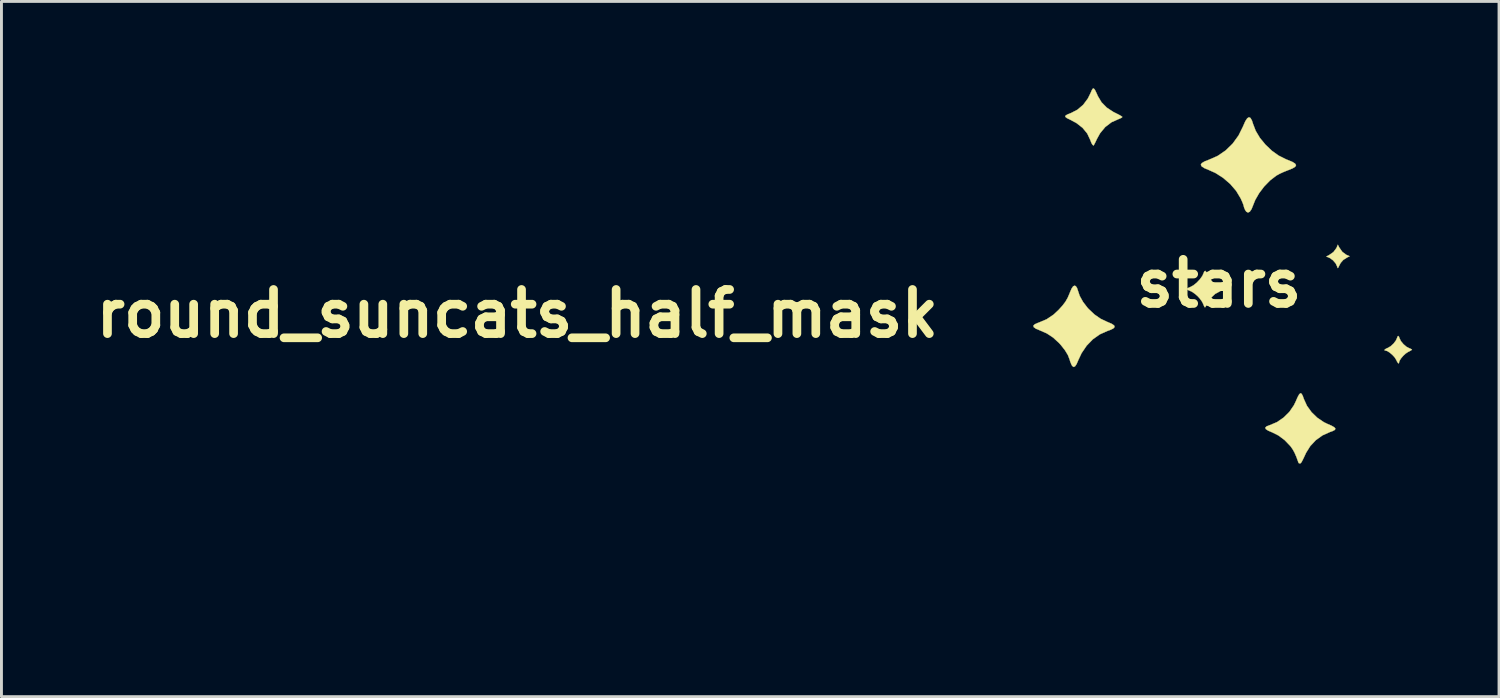
<source format=kicad_pcb>
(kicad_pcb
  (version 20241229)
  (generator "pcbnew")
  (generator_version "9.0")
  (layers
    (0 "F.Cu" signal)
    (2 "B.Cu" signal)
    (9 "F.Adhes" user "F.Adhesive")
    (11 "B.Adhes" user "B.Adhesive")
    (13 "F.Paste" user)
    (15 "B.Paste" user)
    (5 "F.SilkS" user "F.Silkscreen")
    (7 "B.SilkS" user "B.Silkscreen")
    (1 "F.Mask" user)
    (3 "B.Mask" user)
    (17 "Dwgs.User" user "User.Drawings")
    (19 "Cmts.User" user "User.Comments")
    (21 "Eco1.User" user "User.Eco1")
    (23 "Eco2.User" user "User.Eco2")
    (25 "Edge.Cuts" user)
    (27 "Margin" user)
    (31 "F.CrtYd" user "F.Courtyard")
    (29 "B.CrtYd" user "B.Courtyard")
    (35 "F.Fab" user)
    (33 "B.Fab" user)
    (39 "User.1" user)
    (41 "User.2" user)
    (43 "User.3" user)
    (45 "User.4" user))
  (footprint "stars"
    (layer "F.Cu")
    (at 39.035 6.738)
    (property "Reference" "stars" (at 0 0 0) (layer "F.SilkS") (effects (font (size 1.524 1.524) (thickness 0.3))))
    (attr through_hole)
    (fp_poly (pts (xy 4.152 -1.25) (xy 4.26 -1.094) (xy 4.395 -0.993) (xy 4.42 -0.982) (xy 4.515 -0.942) (xy 4.425 -0.896) (xy 4.294 -0.813) (xy 4.205 -0.711) (xy 4.159 -0.625) (xy 4.124 -0.551) (xy 4.104 -0.53) (xy 4.091 -0.556) (xy 4.084 -0.583) (xy 4.031 -0.694) (xy 3.939 -0.801) (xy 3.831 -0.879) (xy 3.807 -0.89) (xy 3.708 -0.931) (xy 3.799 -0.978) (xy 3.954 -1.085) (xy 4.055 -1.22) (xy 4.067 -1.245) (xy 4.106 -1.34) (xy 4.152 -1.25)) (stroke (width 0.01) (type solid)) (fill yes) (layer "F.SilkS"))
    (fp_poly (pts (xy -0.438 -0.4) (xy -0.414 -0.338) (xy -0.338 -0.192) (xy -0.216 -0.052) (xy -0.063 0.066) (xy 0.024 0.113) (xy 0.204 0.199) (xy 0.065 0.254) (xy -0.13 0.36) (xy -0.287 0.508) (xy -0.388 0.668) (xy -0.431 0.755) (xy -0.467 0.812) (xy -0.482 0.826) (xy -0.504 0.798) (xy -0.534 0.731) (xy -0.542 0.708) (xy -0.585 0.623) (xy -0.659 0.521) (xy -0.729 0.443) (xy -0.826 0.358) (xy -0.927 0.288) (xy -0.994 0.256) (xy -1.069 0.225) (xy -1.109 0.196) (xy -1.111 0.191) (xy -1.084 0.164) (xy -1.017 0.133) (xy -0.994 0.125) (xy -0.885 0.067) (xy -0.766 -0.028) (xy -0.656 -0.144) (xy -0.572 -0.262) (xy -0.542 -0.327) (xy -0.505 -0.414) (xy -0.472 -0.438) (xy -0.438 -0.4)) (stroke (width 0.01) (type solid)) (fill yes) (layer "F.SilkS"))
    (fp_poly (pts (xy 6.217 1.837) (xy 6.236 1.889) (xy 6.285 1.99) (xy 6.372 2.095) (xy 6.476 2.184) (xy 6.559 2.228) (xy 6.629 2.258) (xy 6.666 2.281) (xy 6.667 2.284) (xy 6.64 2.307) (xy 6.574 2.344) (xy 6.537 2.361) (xy 6.45 2.418) (xy 6.36 2.501) (xy 6.283 2.593) (xy 6.233 2.677) (xy 6.223 2.719) (xy 6.212 2.76) (xy 6.184 2.747) (xy 6.145 2.685) (xy 6.123 2.638) (xy 6.071 2.554) (xy 5.99 2.465) (xy 5.897 2.386) (xy 5.81 2.332) (xy 5.758 2.318) (xy 5.717 2.307) (xy 5.727 2.279) (xy 5.783 2.244) (xy 5.824 2.228) (xy 5.928 2.168) (xy 6.031 2.074) (xy 6.111 1.968) (xy 6.147 1.889) (xy 6.17 1.829) (xy 6.191 1.81) (xy 6.217 1.837)) (stroke (width 0.01) (type solid)) (fill yes) (layer "F.SilkS"))
    (fp_poly (pts (xy -4.281 -6.687) (xy -4.231 -6.586) (xy -4.18 -6.471) (xy -4.053 -6.257) (xy -3.872 -6.073) (xy -3.642 -5.921) (xy -3.57 -5.886) (xy -3.461 -5.832) (xy -3.378 -5.785) (xy -3.336 -5.754) (xy -3.334 -5.748) (xy -3.361 -5.721) (xy -3.429 -5.69) (xy -3.453 -5.681) (xy -3.708 -5.567) (xy -3.924 -5.403) (xy -4.102 -5.188) (xy -4.21 -4.993) (xy -4.261 -4.885) (xy -4.302 -4.805) (xy -4.326 -4.765) (xy -4.329 -4.763) (xy -4.357 -4.784) (xy -4.373 -4.802) (xy -4.404 -4.858) (xy -4.437 -4.942) (xy -4.442 -4.957) (xy -4.546 -5.178) (xy -4.707 -5.374) (xy -4.921 -5.541) (xy -5.133 -5.654) (xy -5.247 -5.71) (xy -5.303 -5.754) (xy -5.3 -5.792) (xy -5.237 -5.833) (xy -5.114 -5.883) (xy -5.106 -5.886) (xy -4.882 -6.002) (xy -4.686 -6.17) (xy -4.525 -6.386) (xy -4.429 -6.58) (xy -4.387 -6.677) (xy -4.353 -6.729) (xy -4.32 -6.733) (xy -4.281 -6.687)) (stroke (width 0.01) (type solid)) (fill yes) (layer "F.SilkS"))
    (fp_poly (pts (xy 2.855 3.806) (xy 2.895 3.879) (xy 2.934 3.989) (xy 3.041 4.224) (xy 3.2 4.444) (xy 3.398 4.636) (xy 3.623 4.788) (xy 3.743 4.846) (xy 3.896 4.913) (xy 3.989 4.968) (xy 4.024 5.014) (xy 4.002 5.056) (xy 3.924 5.097) (xy 3.833 5.129) (xy 3.579 5.243) (xy 3.348 5.408) (xy 3.154 5.615) (xy 3.007 5.851) (xy 3 5.868) (xy 2.933 6.012) (xy 2.886 6.108) (xy 2.854 6.167) (xy 2.83 6.198) (xy 2.809 6.213) (xy 2.802 6.215) (xy 2.758 6.203) (xy 2.747 6.186) (xy 2.677 5.993) (xy 2.614 5.847) (xy 2.551 5.732) (xy 2.482 5.632) (xy 2.463 5.609) (xy 2.27 5.408) (xy 2.054 5.247) (xy 1.842 5.141) (xy 1.699 5.08) (xy 1.619 5.026) (xy 1.601 4.979) (xy 1.643 4.935) (xy 1.746 4.894) (xy 1.756 4.891) (xy 2.004 4.787) (xy 2.233 4.63) (xy 2.433 4.432) (xy 2.59 4.203) (xy 2.651 4.077) (xy 2.719 3.922) (xy 2.772 3.826) (xy 2.816 3.788) (xy 2.855 3.806)) (stroke (width 0.01) (type solid)) (fill yes) (layer "F.SilkS"))
    (fp_poly (pts (xy -4.939 0.094) (xy -4.9 0.15) (xy -4.872 0.232) (xy -4.806 0.428) (xy -4.692 0.634) (xy -4.54 0.833) (xy -4.504 0.873) (xy -4.296 1.07) (xy -4.084 1.217) (xy -3.85 1.328) (xy -3.837 1.333) (xy -3.695 1.394) (xy -3.616 1.45) (xy -3.6 1.502) (xy -3.647 1.554) (xy -3.758 1.607) (xy -3.842 1.636) (xy -4.109 1.755) (xy -4.353 1.927) (xy -4.566 2.147) (xy -4.741 2.405) (xy -4.851 2.638) (xy -4.912 2.78) (xy -4.967 2.861) (xy -5.017 2.883) (xy -5.065 2.846) (xy -5.09 2.804) (xy -5.131 2.704) (xy -5.157 2.619) (xy -5.214 2.471) (xy -5.317 2.302) (xy -5.457 2.124) (xy -5.519 2.056) (xy -5.726 1.866) (xy -5.943 1.723) (xy -6.181 1.619) (xy -6.319 1.561) (xy -6.394 1.507) (xy -6.406 1.456) (xy -6.356 1.407) (xy -6.243 1.357) (xy -6.215 1.348) (xy -5.948 1.235) (xy -5.711 1.076) (xy -5.537 0.914) (xy -5.399 0.761) (xy -5.298 0.627) (xy -5.22 0.491) (xy -5.152 0.332) (xy -5.145 0.312) (xy -5.086 0.175) (xy -5.032 0.097) (xy -4.98 0.074) (xy -4.939 0.094)) (stroke (width 0.01) (type solid)) (fill yes) (layer "F.SilkS"))
    (fp_poly (pts (xy 1.091 -5.715) (xy 1.141 -5.627) (xy 1.179 -5.51) (xy 1.271 -5.27) (xy 1.417 -5.026) (xy 1.606 -4.796) (xy 1.833 -4.58) (xy 2.063 -4.416) (xy 2.31 -4.292) (xy 2.372 -4.267) (xy 2.532 -4.201) (xy 2.629 -4.141) (xy 2.664 -4.086) (xy 2.636 -4.032) (xy 2.546 -3.975) (xy 2.393 -3.913) (xy 2.377 -3.907) (xy 2.236 -3.851) (xy 2.094 -3.786) (xy 1.983 -3.724) (xy 1.981 -3.722) (xy 1.767 -3.558) (xy 1.566 -3.352) (xy 1.391 -3.121) (xy 1.254 -2.883) (xy 1.188 -2.718) (xy 1.128 -2.569) (xy 1.067 -2.479) (xy 1.005 -2.449) (xy 0.946 -2.479) (xy 0.906 -2.538) (xy 0.872 -2.616) (xy 0.857 -2.673) (xy 0.857 -2.674) (xy 0.844 -2.721) (xy 0.81 -2.808) (xy 0.76 -2.918) (xy 0.749 -2.943) (xy 0.595 -3.198) (xy 0.39 -3.436) (xy 0.147 -3.646) (xy -0.121 -3.817) (xy -0.35 -3.919) (xy -0.505 -3.984) (xy -0.596 -4.044) (xy -0.624 -4.102) (xy -0.589 -4.159) (xy -0.491 -4.216) (xy -0.354 -4.269) (xy -0.046 -4.404) (xy 0.232 -4.593) (xy 0.475 -4.83) (xy 0.678 -5.11) (xy 0.836 -5.429) (xy 0.84 -5.44) (xy 0.912 -5.603) (xy 0.978 -5.703) (xy 1.037 -5.74) (xy 1.091 -5.715)) (stroke (width 0.01) (type solid)) (fill yes) (layer "F.SilkS")))
  (footprint "round_suncats_half_mask"
    (layer "F.Cu")
    (at 14.812 7.779)
    (property "Reference" "round_suncats_half_mask" (at 0 0 0) (layer "F.SilkS") (effects (font (size 1.524 1.524) (thickness 0.3))))
    (attr through_hole)
    (fp_poly (pts (xy 6.689 7.032) (xy 6.701 7.052) (xy 6.752 7.11) (xy 6.819 7.158) (xy 6.869 7.191) (xy 6.86 7.205) (xy 6.852 7.206) (xy 6.8 7.23) (xy 6.736 7.289) (xy 6.721 7.307) (xy 6.67 7.368) (xy 6.644 7.384) (xy 6.627 7.357) (xy 6.621 7.339) (xy 6.577 7.271) (xy 6.527 7.231) (xy 6.454 7.191) (xy 6.562 7.092) (xy 6.628 7.033) (xy 6.666 7.015) (xy 6.689 7.032)) (stroke (width 0.01) (type solid)) (fill yes) (layer "F.Mask"))
    (fp_poly (pts (xy -2.357 6.915) (xy -2.317 6.975) (xy -2.311 6.986) (xy -2.247 7.065) (xy -2.159 7.138) (xy -2.144 7.148) (xy -2.03 7.214) (xy -2.134 7.266) (xy -2.224 7.331) (xy -2.299 7.416) (xy -2.302 7.42) (xy -2.347 7.486) (xy -2.378 7.522) (xy -2.381 7.523) (xy -2.406 7.499) (xy -2.445 7.439) (xy -2.452 7.428) (xy -2.52 7.343) (xy -2.602 7.278) (xy -2.666 7.237) (xy -2.698 7.209) (xy -2.698 7.207) (xy -2.674 7.183) (xy -2.613 7.143) (xy -2.602 7.137) (xy -2.517 7.068) (xy -2.452 6.986) (xy -2.411 6.922) (xy -2.383 6.891) (xy -2.381 6.89) (xy -2.357 6.915)) (stroke (width 0.01) (type solid)) (fill yes) (layer "F.Mask"))
    (fp_poly (pts (xy 0.982 8.026) (xy 0.984 8.043) (xy 1.008 8.096) (xy 1.063 8.158) (xy 1.127 8.208) (xy 1.169 8.223) (xy 1.204 8.244) (xy 1.206 8.255) (xy 1.181 8.284) (xy 1.164 8.287) (xy 1.112 8.31) (xy 1.049 8.365) (xy 1 8.429) (xy 0.984 8.471) (xy 0.963 8.507) (xy 0.953 8.509) (xy 0.923 8.484) (xy 0.921 8.467) (xy 0.897 8.414) (xy 0.842 8.352) (xy 0.778 8.302) (xy 0.736 8.287) (xy 0.701 8.266) (xy 0.699 8.255) (xy 0.724 8.226) (xy 0.741 8.223) (xy 0.793 8.2) (xy 0.856 8.145) (xy 0.905 8.081) (xy 0.921 8.039) (xy 0.942 8.003) (xy 0.953 8.001) (xy 0.982 8.026)) (stroke (width 0.01) (type solid)) (fill yes) (layer "F.Mask"))
    (fp_poly (pts (xy 4.54 8.31) (xy 4.57 8.362) (xy 4.595 8.417) (xy 4.674 8.548) (xy 4.78 8.66) (xy 4.895 8.735) (xy 4.94 8.751) (xy 5.004 8.778) (xy 5.005 8.813) (xy 4.944 8.855) (xy 4.913 8.869) (xy 4.82 8.922) (xy 4.728 8.995) (xy 4.718 9.005) (xy 4.645 9.093) (xy 4.588 9.189) (xy 4.583 9.2) (xy 4.54 9.279) (xy 4.502 9.296) (xy 4.467 9.249) (xy 4.447 9.197) (xy 4.371 9.062) (xy 4.239 8.941) (xy 4.113 8.866) (xy 3.988 8.803) (xy 4.126 8.732) (xy 4.224 8.671) (xy 4.319 8.594) (xy 4.396 8.516) (xy 4.44 8.45) (xy 4.445 8.429) (xy 4.462 8.378) (xy 4.489 8.335) (xy 4.517 8.304) (xy 4.54 8.31)) (stroke (width 0.01) (type solid)) (fill yes) (layer "F.Mask"))
    (fp_poly (pts (xy -4.591 7.189) (xy -4.559 7.268) (xy -4.505 7.38) (xy -4.409 7.503) (xy -4.289 7.62) (xy -4.161 7.715) (xy -4.095 7.751) (xy -4.007 7.796) (xy -3.95 7.838) (xy -3.937 7.858) (xy -3.964 7.888) (xy -4.034 7.931) (xy -4.112 7.967) (xy -4.297 8.076) (xy -4.449 8.234) (xy -4.557 8.427) (xy -4.56 8.434) (xy -4.596 8.516) (xy -4.629 8.566) (xy -4.641 8.572) (xy -4.669 8.546) (xy -4.708 8.477) (xy -4.734 8.422) (xy -4.849 8.228) (xy -5.011 8.065) (xy -5.199 7.95) (xy -5.289 7.905) (xy -5.35 7.867) (xy -5.366 7.848) (xy -5.339 7.823) (xy -5.269 7.785) (xy -5.193 7.75) (xy -5.005 7.64) (xy -4.847 7.481) (xy -4.731 7.287) (xy -4.729 7.281) (xy -4.677 7.187) (xy -4.631 7.156) (xy -4.591 7.189)) (stroke (width 0.01) (type solid)) (fill yes) (layer "F.Mask"))
    (fp_poly (pts (xy -0.705 9.012) (xy -0.673 9.08) (xy -0.665 9.101) (xy -0.596 9.235) (xy -0.486 9.368) (xy -0.354 9.479) (xy -0.262 9.532) (xy -0.182 9.572) (xy -0.134 9.606) (xy -0.127 9.616) (xy -0.153 9.642) (xy -0.222 9.681) (xy -0.285 9.712) (xy -0.444 9.812) (xy -0.575 9.947) (xy -0.662 10.101) (xy -0.669 10.119) (xy -0.71 10.199) (xy -0.754 10.219) (xy -0.793 10.179) (xy -0.81 10.125) (xy -0.858 10.017) (xy -0.947 9.902) (xy -1.06 9.796) (xy -1.181 9.717) (xy -1.197 9.71) (xy -1.281 9.668) (xy -1.338 9.632) (xy -1.349 9.621) (xy -1.333 9.593) (xy -1.272 9.553) (xy -1.215 9.525) (xy -1.042 9.427) (xy -0.917 9.301) (xy -0.827 9.14) (xy -0.785 9.054) (xy -0.748 8.997) (xy -0.732 8.985) (xy -0.705 9.012)) (stroke (width 0.01) (type solid)) (fill yes) (layer "F.Mask"))
    (fp_poly (pts (xy 3.45 6.694) (xy 3.487 6.765) (xy 3.525 6.85) (xy 3.618 7.018) (xy 3.747 7.176) (xy 3.896 7.306) (xy 4.016 7.376) (xy 4.149 7.439) (xy 4.222 7.489) (xy 4.238 7.531) (xy 4.197 7.571) (xy 4.101 7.615) (xy 4.075 7.625) (xy 3.869 7.735) (xy 3.693 7.899) (xy 3.551 8.114) (xy 3.545 8.126) (xy 3.49 8.228) (xy 3.442 8.304) (xy 3.411 8.34) (xy 3.41 8.341) (xy 3.382 8.32) (xy 3.341 8.255) (xy 3.307 8.18) (xy 3.186 7.96) (xy 3.022 7.785) (xy 2.809 7.649) (xy 2.807 7.648) (xy 2.704 7.595) (xy 2.626 7.551) (xy 2.588 7.525) (xy 2.587 7.523) (xy 2.596 7.485) (xy 2.664 7.441) (xy 2.778 7.397) (xy 2.887 7.34) (xy 3.011 7.245) (xy 3.131 7.127) (xy 3.231 7.003) (xy 3.295 6.89) (xy 3.301 6.873) (xy 3.35 6.75) (xy 3.398 6.681) (xy 3.427 6.668) (xy 3.45 6.694)) (stroke (width 0.01) (type solid)) (fill yes) (layer "F.Mask"))
    (fp_poly (pts (xy -4.734 -7.767) (xy -4.648 -7.749) (xy -4.489 -7.7) (xy -4.288 -7.615) (xy -4.052 -7.499) (xy -3.79 -7.356) (xy -3.508 -7.191) (xy -3.214 -7.008) (xy -2.916 -6.811) (xy -2.621 -6.604) (xy -2.49 -6.509) (xy -2.197 -6.291) (xy -1.843 -6.525) (xy -1.511 -6.73) (xy -1.176 -6.909) (xy -0.855 -7.052) (xy -0.683 -7.116) (xy -0.588 -7.146) (xy -0.499 -7.167) (xy -0.401 -7.18) (xy -0.279 -7.188) (xy -0.12 -7.191) (xy 0.032 -7.191) (xy 0.229 -7.19) (xy 0.377 -7.186) (xy 0.491 -7.177) (xy 0.585 -7.162) (xy 0.674 -7.139) (xy 0.746 -7.116) (xy 0.991 -7.021) (xy 1.264 -6.893) (xy 1.547 -6.743) (xy 1.819 -6.58) (xy 1.926 -6.51) (xy 2.25 -6.293) (xy 2.53 -6.5) (xy 2.909 -6.773) (xy 3.274 -7.019) (xy 3.619 -7.235) (xy 3.939 -7.418) (xy 4.228 -7.567) (xy 4.483 -7.677) (xy 4.698 -7.746) (xy 4.721 -7.751) (xy 4.826 -7.771) (xy 4.894 -7.769) (xy 4.95 -7.746) (xy 4.965 -7.737) (xy 5.029 -7.66) (xy 5.076 -7.531) (xy 5.102 -7.359) (xy 5.105 -7.154) (xy 5.1 -7.067) (xy 5.092 -6.967) (xy 5.08 -6.888) (xy 5.057 -6.821) (xy 5.018 -6.755) (xy 4.954 -6.683) (xy 4.861 -6.594) (xy 4.731 -6.479) (xy 4.612 -6.376) (xy 4.499 -6.276) (xy 4.406 -6.191) (xy 4.343 -6.129) (xy 4.318 -6.098) (xy 4.318 -6.097) (xy 4.347 -6.083) (xy 4.426 -6.064) (xy 4.541 -6.044) (xy 4.62 -6.032) (xy 4.752 -6.013) (xy 4.858 -5.992) (xy 4.924 -5.974) (xy 4.939 -5.966) (xy 4.938 -5.926) (xy 4.924 -5.833) (xy 4.899 -5.696) (xy 4.864 -5.524) (xy 4.822 -5.325) (xy 4.774 -5.108) (xy 4.722 -4.882) (xy 4.668 -4.655) (xy 4.614 -4.437) (xy 4.601 -4.389) (xy 4.558 -4.219) (xy 4.522 -4.068) (xy 4.495 -3.949) (xy 4.479 -3.872) (xy 4.477 -3.852) (xy 4.49 -3.804) (xy 4.526 -3.712) (xy 4.579 -3.592) (xy 4.633 -3.48) (xy 4.81 -3.073) (xy 4.951 -2.659) (xy 5.035 -2.334) (xy 5.06 -2.175) (xy 5.078 -1.979) (xy 5.089 -1.764) (xy 5.092 -1.545) (xy 5.088 -1.339) (xy 5.075 -1.163) (xy 5.054 -1.032) (xy 5.053 -1.028) (xy 4.997 -0.89) (xy 4.889 -0.718) (xy 4.731 -0.514) (xy 4.526 -0.281) (xy 4.273 -0.019) (xy 4.251 0.003) (xy 4.005 0.236) (xy 3.755 0.449) (xy 3.486 0.653) (xy 3.185 0.858) (xy 2.857 1.063) (xy 2.675 1.175) (xy 2.483 1.292) (xy 2.301 1.405) (xy 2.148 1.501) (xy 2.096 1.534) (xy 1.737 1.743) (xy 1.344 1.938) (xy 0.947 2.106) (xy 0.746 2.178) (xy 0.4 2.273) (xy 0.08 2.313) (xy -0.222 2.3) (xy -0.492 2.241) (xy -0.815 2.135) (xy -1.112 2.02) (xy -1.4 1.889) (xy -1.694 1.734) (xy -2.012 1.548) (xy -2.159 1.456) (xy -2.344 1.341) (xy -2.546 1.216) (xy -2.743 1.094) (xy -2.914 0.991) (xy -2.943 0.974) (xy -3.449 0.639) (xy -3.913 0.265) (xy -4.209 -0.014) (xy -4.473 -0.288) (xy -4.683 -0.528) (xy -4.84 -0.734) (xy -4.944 -0.906) (xy -4.989 -1.023) (xy -5.01 -1.146) (xy -5.024 -1.315) (xy -5.031 -1.514) (xy -5.031 -1.725) (xy -5.024 -1.932) (xy -5.01 -2.119) (xy -4.989 -2.268) (xy -4.989 -2.27) (xy -4.927 -2.527) (xy -4.838 -2.816) (xy -4.731 -3.114) (xy -4.612 -3.4) (xy -4.57 -3.492) (xy -4.409 -3.829) (xy -4.568 -4.462) (xy -4.71 -5.05) (xy -4.827 -5.583) (xy -4.919 -6.058) (xy -4.986 -6.477) (xy -5.028 -6.839) (xy -5.045 -7.143) (xy -5.045 -7.217) (xy -5.041 -7.393) (xy -5.03 -7.518) (xy -5.009 -7.605) (xy -4.976 -7.667) (xy -4.926 -7.716) (xy -4.914 -7.726) (xy -4.86 -7.761) (xy -4.807 -7.774) (xy -4.734 -7.767)) (stroke (width 0.01) (type solid)) (fill yes) (layer "F.Mask")))
  (gr_rect
    (start -3 -3)
    (end 48.707 21.003)
    (stroke (width 0.1) (type default))
    (fill no)
    (layer "Edge.Cuts")))
</source>
